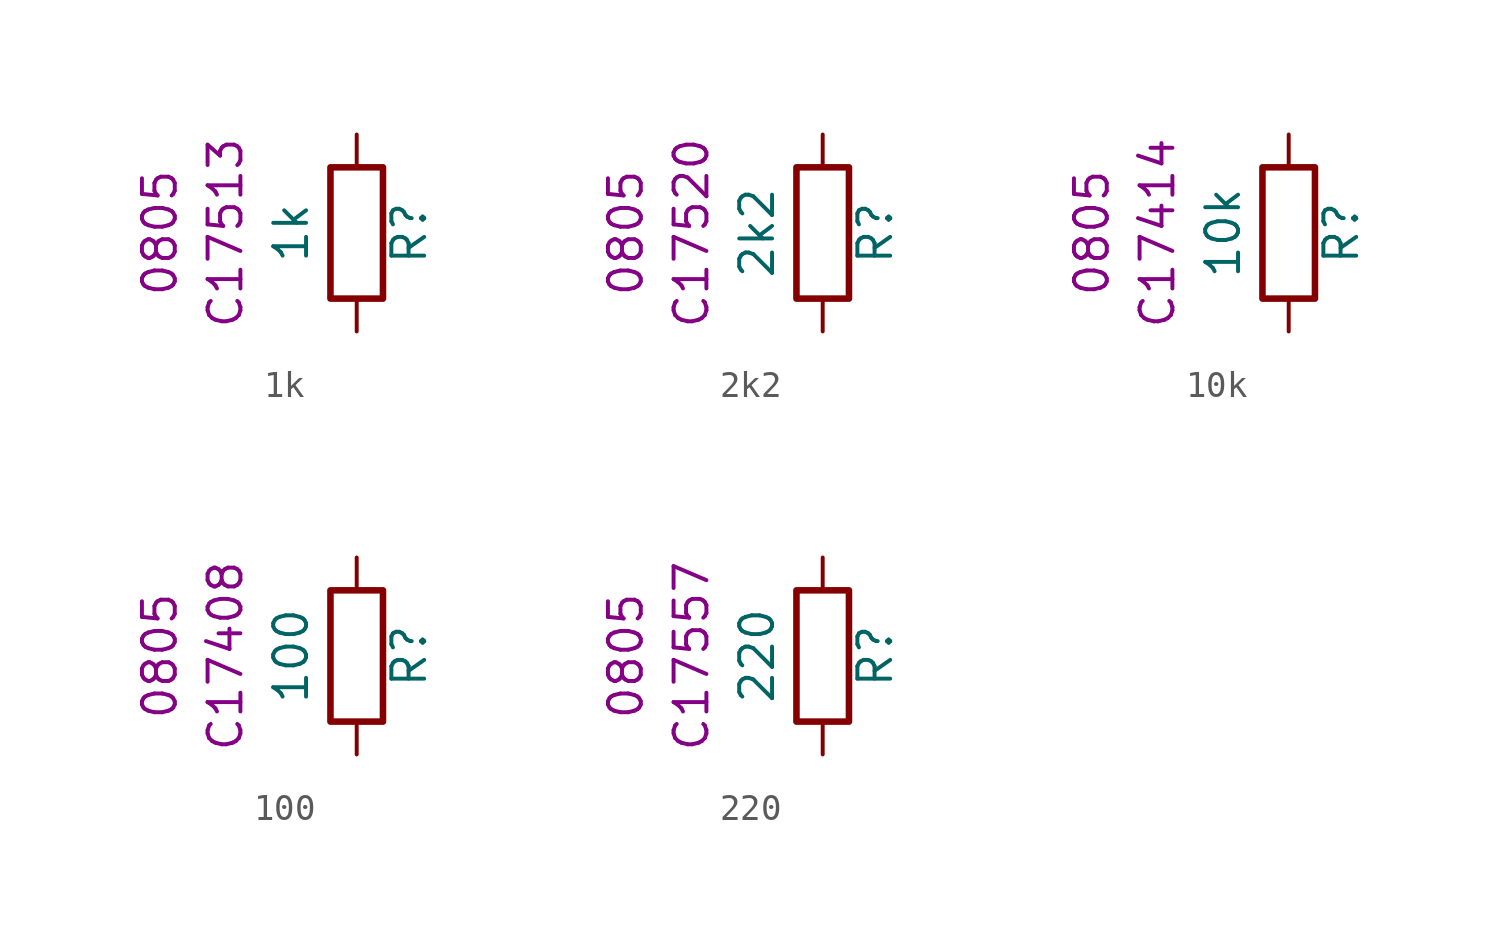
<source format=kicad_sym>
(kicad_symbol_lib
  (version 20220914)
  (generator kicad_symbol_editor)
  (symbol "1k"
    (pin_numbers hide)
    (pin_names
      (offset 0))
    (property "Reference" "R"
      (at 2.032 0 90)
      (effects (font (size 1.27 1.27))))
    (property "Value" "1k"
      (at -2.54 0 90)
      (effects (font (size 1.27 1.27))))
    (property "LCSC" "C17513"
      (at -5.08 0 90)
      (effects (font (size 1.27 1.27))))
    (property "Package" "0805"
      (at -7.62 0 90)
      (effects (font (size 1.27 1.27))))
    (symbol "1k_0_1"
      (rectangle (start -1.016 2.54) (end 1.016 -2.54) (stroke (width 0.254) (type default)) (fill (type none))))
    (symbol "1k_1_1"
      (pin passive line (at 0 3.81 270) (length 1.27) (name "~" (effects (font (size 1.27 1.27)))) (number "1" (effects (font (size 1.27 1.27)))))
      (pin passive line (at 0 -3.81 90) (length 1.27) (name "~" (effects (font (size 1.27 1.27)))) (number "2" (effects (font (size 1.27 1.27)))))))
  (symbol "2k2"
    (pin_numbers hide)
    (pin_names
      (offset 0))
    (property "Reference" "R"
      (at 2.032 0 90)
      (effects (font (size 1.27 1.27))))
    (property "Value" "2k2"
      (at -2.54 0 90)
      (effects (font (size 1.27 1.27))))
    (property "LCSC" "C17520"
      (at -5.08 0 90)
      (effects (font (size 1.27 1.27))))
    (property "Package" "0805"
      (at -7.62 0 90)
      (effects (font (size 1.27 1.27))))
    (symbol "2k2_0_1"
      (rectangle (start -1.016 2.54) (end 1.016 -2.54) (stroke (width 0.254) (type default)) (fill (type none))))
    (symbol "2k2_1_1"
      (pin passive line (at 0 3.81 270) (length 1.27) (name "~" (effects (font (size 1.27 1.27)))) (number "1" (effects (font (size 1.27 1.27)))))
      (pin passive line (at 0 -3.81 90) (length 1.27) (name "~" (effects (font (size 1.27 1.27)))) (number "2" (effects (font (size 1.27 1.27)))))))
  (symbol "10k"
    (pin_numbers hide)
    (pin_names
      (offset 0))
    (property "Reference" "R"
      (at 2.032 0 90)
      (effects (font (size 1.27 1.27))))
    (property "Value" "10k"
      (at -2.54 0 90)
      (effects (font (size 1.27 1.27))))
    (property "LCSC" "C17414"
      (at -5.08 0 90)
      (effects (font (size 1.27 1.27))))
    (property "Package" "0805"
      (at -7.62 0 90)
      (effects (font (size 1.27 1.27))))
    (symbol "10k_0_1"
      (rectangle (start -1.016 2.54) (end 1.016 -2.54) (stroke (width 0.254) (type default)) (fill (type none))))
    (symbol "10k_1_1"
      (pin passive line (at 0 3.81 270) (length 1.27) (name "~" (effects (font (size 1.27 1.27)))) (number "1" (effects (font (size 1.27 1.27)))))
      (pin passive line (at 0 -3.81 90) (length 1.27) (name "~" (effects (font (size 1.27 1.27)))) (number "2" (effects (font (size 1.27 1.27)))))))
  (symbol "100"
    (pin_numbers hide)
    (pin_names
      (offset 0))
    (property "Reference" "R"
      (at 2.032 0 90)
      (effects (font (size 1.27 1.27))))
    (property "Value" "100"
      (at -2.54 0 90)
      (effects (font (size 1.27 1.27))))
    (property "LCSC" "C17408"
      (at -5.08 0 90)
      (effects (font (size 1.27 1.27))))
    (property "Package" "0805"
      (at -7.62 0 90)
      (effects (font (size 1.27 1.27))))
    (symbol "100_0_1"
      (rectangle (start -1.016 2.54) (end 1.016 -2.54) (stroke (width 0.254) (type default)) (fill (type none))))
    (symbol "100_1_1"
      (pin passive line (at 0 3.81 270) (length 1.27) (name "~" (effects (font (size 1.27 1.27)))) (number "1" (effects (font (size 1.27 1.27)))))
      (pin passive line (at 0 -3.81 90) (length 1.27) (name "~" (effects (font (size 1.27 1.27)))) (number "2" (effects (font (size 1.27 1.27)))))))
  (symbol "220"
    (pin_numbers hide)
    (pin_names
      (offset 0))
    (property "Reference" "R"
      (at 2.032 0 90)
      (effects (font (size 1.27 1.27))))
    (property "Value" "220"
      (at -2.54 0 90)
      (effects (font (size 1.27 1.27))))
    (property "LCSC" "C17557"
      (at -5.08 0 90)
      (effects (font (size 1.27 1.27))))
    (property "Package" "0805"
      (at -7.62 0 90)
      (effects (font (size 1.27 1.27))))
    (symbol "220_0_1"
      (rectangle (start -1.016 2.54) (end 1.016 -2.54) (stroke (width 0.254) (type default)) (fill (type none))))
    (symbol "220_1_1"
      (pin passive line (at 0 3.81 270) (length 1.27) (name "~" (effects (font (size 1.27 1.27)))) (number "1" (effects (font (size 1.27 1.27)))))
      (pin passive line (at 0 -3.81 90) (length 1.27) (name "~" (effects (font (size 1.27 1.27)))) (number "2" (effects (font (size 1.27 1.27))))))))
</source>
